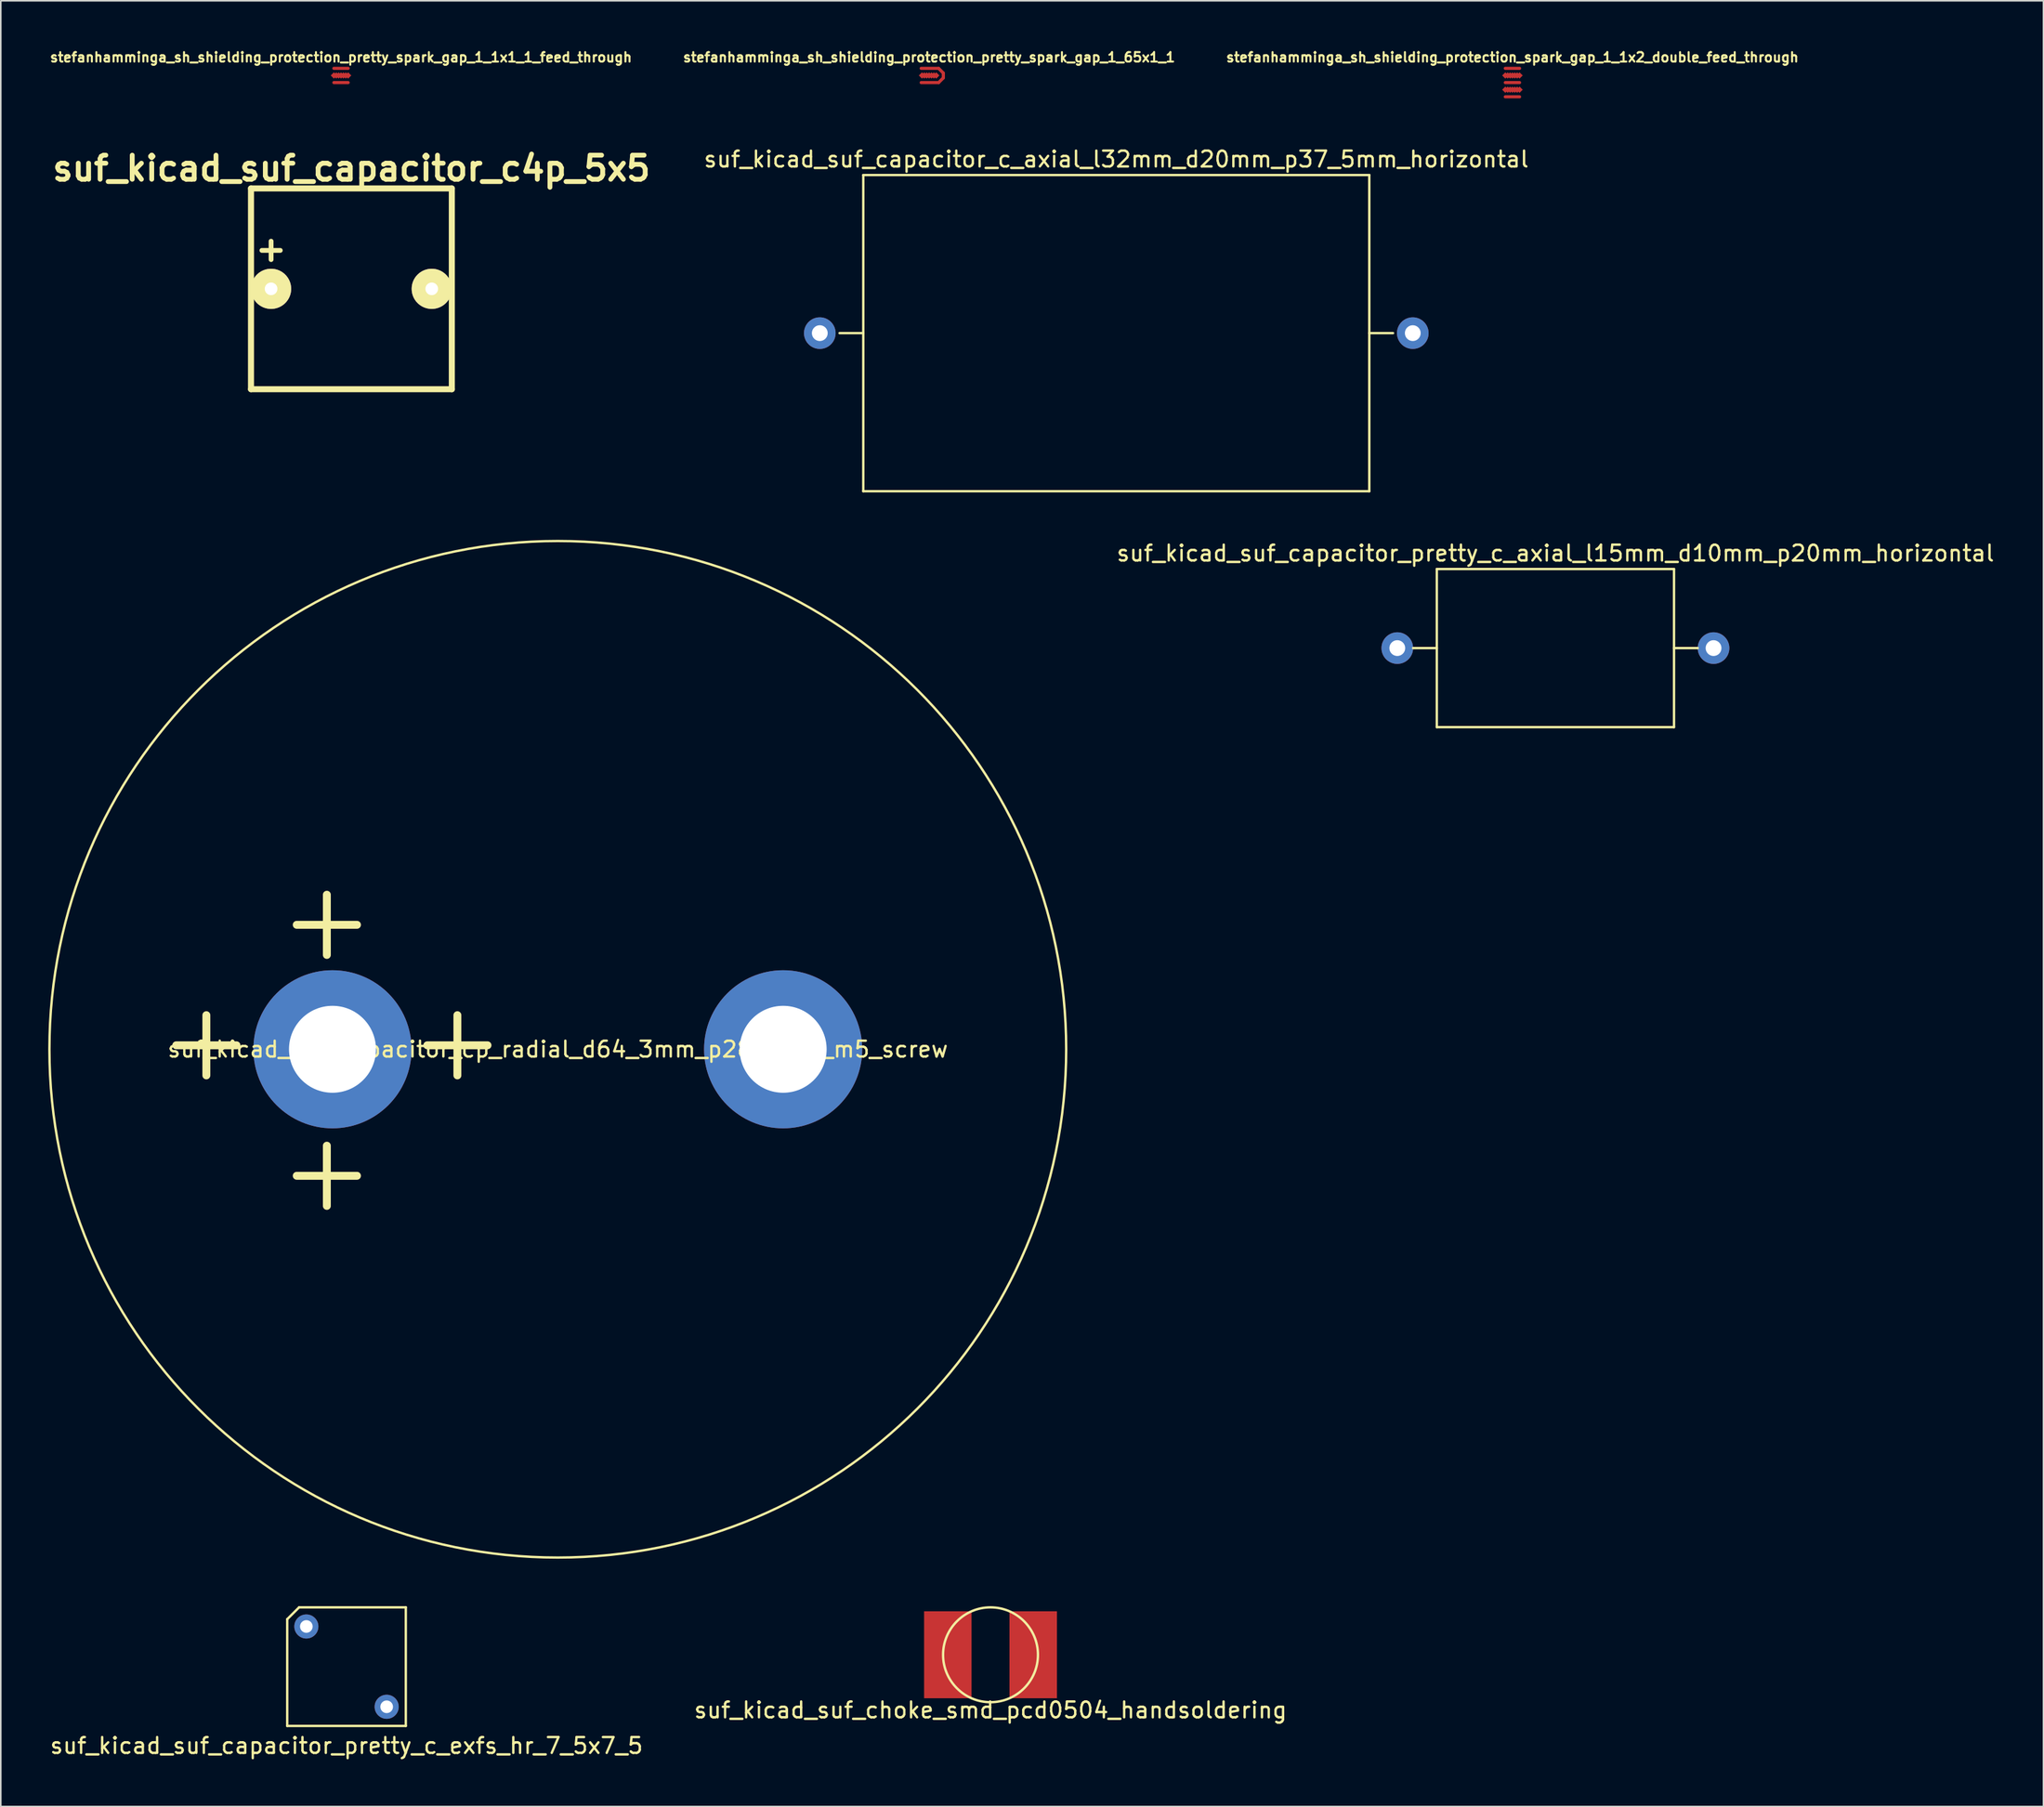
<source format=kicad_pcb>
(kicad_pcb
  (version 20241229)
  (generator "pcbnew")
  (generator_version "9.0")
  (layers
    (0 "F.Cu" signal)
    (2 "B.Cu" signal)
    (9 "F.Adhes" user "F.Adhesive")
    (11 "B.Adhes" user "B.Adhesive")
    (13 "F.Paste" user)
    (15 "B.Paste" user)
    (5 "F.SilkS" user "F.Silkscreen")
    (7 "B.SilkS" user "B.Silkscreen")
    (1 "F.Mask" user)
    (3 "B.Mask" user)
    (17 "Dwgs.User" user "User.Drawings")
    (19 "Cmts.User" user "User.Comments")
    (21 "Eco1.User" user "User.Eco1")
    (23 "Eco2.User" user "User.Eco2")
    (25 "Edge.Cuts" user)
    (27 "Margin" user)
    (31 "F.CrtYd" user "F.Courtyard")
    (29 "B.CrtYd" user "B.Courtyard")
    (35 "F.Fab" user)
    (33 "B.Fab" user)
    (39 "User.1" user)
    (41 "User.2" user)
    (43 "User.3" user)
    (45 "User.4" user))
  (footprint "suf_kicad_suf_capacitor_cp_radial_d64_3mm_p28_5mm_m5_screw"
    (layer "F.Cu")
    (at 32.225 63.322)
    (property "Reference" "suf_kicad_suf_capacitor_cp_radial_d64_3mm_p28_5mm_m5_screw" (at 0 0 0) (layer "F.SilkS") (effects (font (size 1 1) (thickness 0.15))))
    (attr through_hole)
    (fp_circle (center 0 0) (end 32.15 0) (stroke (width 0.15) (type solid)) (fill no) (layer "F.SilkS"))
    (fp_text user "+" (at -22.225 -0.635 0) (layer "F.SilkS") (effects (font (size 5 5) (thickness 0.5))))
    (fp_text user "+" (at -14.605 7.62 0) (layer "F.SilkS") (effects (font (size 5 5) (thickness 0.5))))
    (fp_text user "+" (at -6.35 -0.635 0) (layer "F.SilkS") (effects (font (size 5 5) (thickness 0.5))))
    (fp_text user "+" (at -14.605 -8.255 0) (layer "F.SilkS") (effects (font (size 5 5) (thickness 0.5))))
    (pad "1" thru_hole circle (at -14.25 0) (size 10 10) (drill 5.5) (layers "*.Cu" "*.Mask"))
    (pad "2" thru_hole circle (at 14.25 0) (size 10 10) (drill 5.5) (layers "*.Cu" "*.Mask")))
  (footprint "suf_kicad_suf_capacitor_pretty_c_axial_l15mm_d10mm_p20mm_horizontal"
    (layer "F.Cu")
    (at 95.313 37.945)
    (property "Reference" "suf_kicad_suf_capacitor_pretty_c_axial_l15mm_d10mm_p20mm_horizontal" (at 0 -6 0) (layer "F.SilkS") (effects (font (size 1 1) (thickness 0.15))))
    (attr through_hole)
    (fp_line (start -7.5 -5) (end -7.5 5) (stroke (width 0.15) (type solid)) (layer "F.SilkS"))
    (fp_line (start -7.5 0) (end -9 0) (stroke (width 0.15) (type solid)) (layer "F.SilkS"))
    (fp_line (start -7.5 5) (end 7.5 5) (stroke (width 0.15) (type solid)) (layer "F.SilkS"))
    (fp_line (start 7.5 -5) (end -7.5 -5) (stroke (width 0.15) (type solid)) (layer "F.SilkS"))
    (fp_line (start 7.5 5) (end 7.5 -5) (stroke (width 0.15) (type solid)) (layer "F.SilkS"))
    (fp_line (start 9 0) (end 7.5 0) (stroke (width 0.15) (type solid)) (layer "F.SilkS"))
    (pad "1" thru_hole circle (at -10 0) (size 2 2) (drill 1) (layers "*.Cu" "*.Mask"))
    (pad "2" thru_hole circle (at 10 0) (size 2 2) (drill 1) (layers "*.Cu" "*.Mask")))
  (footprint "suf_kicad_suf_choke_smd_pcd0504_handsoldering"
    (layer "F.Cu")
    (at 59.589 101.622)
    (property "Reference" "suf_kicad_suf_choke_smd_pcd0504_handsoldering" (at 0 3.5 0) (layer "F.SilkS") (effects (font (size 1 1) (thickness 0.15))))
    (attr through_hole)
    (fp_circle (center 0 0) (end -3 0) (stroke (width 0.15) (type solid)) (fill no) (layer "F.SilkS"))
    (pad "1" smd rect (at -2.7 0) (size 3 5.5) (layers "F.Cu" "F.Mask" "F.Paste"))
    (pad "2" smd rect (at 2.7 0) (size 3 5.5) (layers "F.Cu" "F.Mask" "F.Paste")))
  (footprint "suf_kicad_suf_capacitor_c4p_5x5"
    (layer "F.Cu")
    (at 19.173 15.22)
    (property "Reference" "suf_kicad_suf_capacitor_c4p_5x5" (at 0 -7.62 0) (layer "F.SilkS") (effects (font (size 1.524 1.524) (thickness 0.305))))
    (attr through_hole)
    (fp_line (start -6.35 -6.35) (end 6.35 -6.35) (stroke (width 0.381) (type solid)) (layer "F.SilkS"))
    (fp_line (start -6.35 6.35) (end -6.35 -6.35) (stroke (width 0.381) (type solid)) (layer "F.SilkS"))
    (fp_line (start 6.35 -6.35) (end 6.35 6.35) (stroke (width 0.381) (type solid)) (layer "F.SilkS"))
    (fp_line (start 6.35 6.35) (end -6.35 6.35) (stroke (width 0.381) (type solid)) (layer "F.SilkS"))
    (fp_text user "+" (at -5.08 -2.54 0) (layer "F.SilkS") (effects (font (size 1.524 1.524) (thickness 0.305))))
    (pad "1" thru_hole circle (at -5.08 0) (size 2.54 2.54) (drill 0.8) (layers "*.Cu" "*.Mask" "F.SilkS"))
    (pad "2" thru_hole circle (at 5.08 0) (size 2.54 2.54) (drill 0.8) (layers "*.Cu" "*.Mask" "F.SilkS")))
  (footprint "stefanhamminga_sh_shielding_protection_pretty_spark_gap_1_65x1_1"
    (layer "F.Cu")
    (at 55.706 1.724)
    (property "Reference" "stefanhamminga_sh_shielding_protection_pretty_spark_gap_1_65x1_1" (at 0 -1.15 0) (layer "F.SilkS") (effects (font (size 0.6 0.6) (thickness 0.127))))
    (attr exclude_from_pos_files exclude_from_bom)
    (pad "1" smd rect (at -0.45 0 45) (size 0.283 0.283) (layers "F.Cu" "F.Mask" "F.Paste"))
    (pad "1" smd rect (at -0.3 0 45) (size 0.283 0.283) (layers "F.Cu" "F.Mask" "F.Paste"))
    (pad "1" smd rect (at -0.15 0 45) (size 0.283 0.283) (layers "F.Cu" "F.Mask" "F.Paste"))
    (pad "1" smd rect (at 0 0 45) (size 0.283 0.283) (layers "F.Cu" "F.Mask" "F.Paste"))
    (pad "1" smd rect (at 0.15 0 45) (size 0.283 0.283) (layers "F.Cu" "F.Mask" "F.Paste"))
    (pad "1" smd rect (at 0.15 0) (size 0.8 0.2) (layers "F.Cu" "F.Mask"))
    (pad "1" smd rect (at 0.3 0 45) (size 0.283 0.283) (layers "F.Cu" "F.Mask" "F.Paste"))
    (pad "1" smd rect (at 0.45 0 45) (size 0.283 0.283) (layers "F.Cu" "F.Mask" "F.Paste"))
    (pad "2" smd oval (at 0.05 -0.45) (size 1.3 0.2) (layers "F.Cu" "F.Mask" "F.Paste"))
    (pad "2" smd oval (at 0.05 0.45) (size 1.3 0.2) (layers "F.Cu" "F.Mask" "F.Paste"))
    (pad "2" smd oval (at 0.75 -0.3 45) (size 0.2 0.6) (layers "F.Cu" "F.Mask" "F.Paste"))
    (pad "2" smd oval (at 0.75 0.3 135) (size 0.2 0.6) (layers "F.Cu" "F.Mask" "F.Paste"))
    (pad "2" smd oval (at 0.9 0) (size 0.2 0.5) (layers "F.Cu" "F.Mask" "F.Paste")))
  (footprint "suf_kicad_suf_capacitor_pretty_c_exfs_hr_7_5x7_5"
    (layer "F.Cu")
    (at 18.863 102.372)
    (property "Reference" "suf_kicad_suf_capacitor_pretty_c_exfs_hr_7_5x7_5" (at 0 5 0) (layer "F.SilkS") (effects (font (size 1 1) (thickness 0.15))))
    (attr through_hole)
    (fp_line (start -3.75 -3) (end -3.75 3.75) (stroke (width 0.15) (type solid)) (layer "F.SilkS"))
    (fp_line (start -3.75 3.75) (end 3.75 3.75) (stroke (width 0.15) (type solid)) (layer "F.SilkS"))
    (fp_line (start -3 -3.75) (end -3.75 -3) (stroke (width 0.15) (type solid)) (layer "F.SilkS"))
    (fp_line (start 3.75 -3.75) (end -3 -3.75) (stroke (width 0.15) (type solid)) (layer "F.SilkS"))
    (fp_line (start 3.75 3.75) (end 3.75 -3.75) (stroke (width 0.15) (type solid)) (layer "F.SilkS"))
    (pad "1" thru_hole circle (at 2.54 2.54) (size 1.524 1.524) (drill 0.8) (layers "*.Cu" "*.Mask"))
    (pad "2" thru_hole circle (at -2.54 -2.54) (size 1.524 1.524) (drill 0.8) (layers "*.Cu" "*.Mask")))
  (footprint "stefanhamminga_sh_shielding_protection_spark_gap_1_1x2_double_feed_through"
    (layer "F.Cu")
    (at 92.595 2.174)
    (property "Reference" "stefanhamminga_sh_shielding_protection_spark_gap_1_1x2_double_feed_through" (at 0 -1.6 0) (layer "F.SilkS") (effects (font (size 0.6 0.6) (thickness 0.127))))
    (attr exclude_from_pos_files exclude_from_bom)
    (pad "1" smd rect (at -0.45 0.45 45) (size 0.283 0.283) (layers "F.Cu" "F.Mask" "F.Paste"))
    (pad "1" smd rect (at -0.3 0.45 45) (size 0.283 0.283) (layers "F.Cu" "F.Mask" "F.Paste"))
    (pad "1" smd rect (at -0.15 0.45 45) (size 0.283 0.283) (layers "F.Cu" "F.Mask" "F.Paste"))
    (pad "1" smd rect (at 0 0.45 45) (size 0.283 0.283) (layers "F.Cu" "F.Mask" "F.Paste"))
    (pad "1" smd rect (at 0 0.45) (size 0.5 0.2) (layers "F.Cu" "F.Mask"))
    (pad "1" smd rect (at 0.15 0.45 45) (size 0.283 0.283) (layers "F.Cu" "F.Mask" "F.Paste"))
    (pad "1" smd rect (at 0.3 0.45 45) (size 0.283 0.283) (layers "F.Cu" "F.Mask" "F.Paste"))
    (pad "1" smd rect (at 0.45 0.45 45) (size 0.283 0.283) (layers "F.Cu" "F.Mask" "F.Paste"))
    (pad "2" smd rect (at -0.45 -0.45 45) (size 0.283 0.283) (layers "F.Cu" "F.Mask" "F.Paste"))
    (pad "2" smd rect (at -0.3 -0.45 45) (size 0.283 0.283) (layers "F.Cu" "F.Mask" "F.Paste"))
    (pad "2" smd rect (at -0.15 -0.45 45) (size 0.283 0.283) (layers "F.Cu" "F.Mask" "F.Paste"))
    (pad "2" smd rect (at 0 -0.45 45) (size 0.283 0.283) (layers "F.Cu" "F.Mask" "F.Paste"))
    (pad "2" smd rect (at 0 -0.45) (size 0.5 0.2) (layers "F.Cu" "F.Mask"))
    (pad "2" smd rect (at 0.15 -0.45 45) (size 0.283 0.283) (layers "F.Cu" "F.Mask" "F.Paste"))
    (pad "2" smd rect (at 0.3 -0.45 45) (size 0.283 0.283) (layers "F.Cu" "F.Mask" "F.Paste"))
    (pad "2" smd rect (at 0.45 -0.45 45) (size 0.283 0.283) (layers "F.Cu" "F.Mask" "F.Paste"))
    (pad "3" smd oval (at 0 -0.9) (size 1.1 0.2) (layers "F.Cu" "F.Mask" "F.Paste"))
    (pad "3" smd oval (at 0 0) (size 1.1 0.2) (layers "F.Cu" "F.Mask" "F.Paste"))
    (pad "3" smd oval (at 0 0.9) (size 1.1 0.2) (layers "F.Cu" "F.Mask" "F.Paste")))
  (footprint "suf_kicad_suf_capacitor_c_axial_l32mm_d20mm_p37_5mm_horizontal"
    (layer "F.Cu")
    (at 67.543 18.022)
    (property "Reference" "suf_kicad_suf_capacitor_c_axial_l32mm_d20mm_p37_5mm_horizontal" (at 0 -11 0) (layer "F.SilkS") (effects (font (size 1 1) (thickness 0.15))))
    (attr through_hole)
    (fp_line (start -16 -10) (end -16 10) (stroke (width 0.15) (type solid)) (layer "F.SilkS"))
    (fp_line (start -16 0) (end -17.5 0) (stroke (width 0.15) (type solid)) (layer "F.SilkS"))
    (fp_line (start -16 10) (end 16 10) (stroke (width 0.15) (type solid)) (layer "F.SilkS"))
    (fp_line (start 16 -10) (end -16 -10) (stroke (width 0.15) (type solid)) (layer "F.SilkS"))
    (fp_line (start 16 0) (end 17.5 0) (stroke (width 0.15) (type solid)) (layer "F.SilkS"))
    (fp_line (start 16 10) (end 16 -10) (stroke (width 0.15) (type solid)) (layer "F.SilkS"))
    (pad "1" thru_hole circle (at -18.75 0) (size 2 2) (drill 1) (layers "*.Cu" "*.Mask"))
    (pad "2" thru_hole circle (at 18.75 0) (size 2 2) (drill 1) (layers "*.Cu" "*.Mask")))
  (footprint "stefanhamminga_sh_shielding_protection_pretty_spark_gap_1_1x1_1_feed_through"
    (layer "F.Cu")
    (at 18.516 1.724)
    (property "Reference" "stefanhamminga_sh_shielding_protection_pretty_spark_gap_1_1x1_1_feed_through" (at 0 -1.15 0) (layer "F.SilkS") (effects (font (size 0.6 0.6) (thickness 0.127))))
    (attr exclude_from_pos_files exclude_from_bom)
    (pad "1" smd rect (at -0.45 0 45) (size 0.283 0.283) (layers "F.Cu" "F.Mask" "F.Paste"))
    (pad "1" smd rect (at -0.3 0 45) (size 0.283 0.283) (layers "F.Cu" "F.Mask" "F.Paste"))
    (pad "1" smd rect (at -0.15 0 45) (size 0.283 0.283) (layers "F.Cu" "F.Mask" "F.Paste"))
    (pad "1" smd rect (at 0 0 45) (size 0.283 0.283) (layers "F.Cu" "F.Mask" "F.Paste"))
    (pad "1" smd rect (at 0 0) (size 0.5 0.2) (layers "F.Cu" "F.Mask"))
    (pad "1" smd rect (at 0.15 0 45) (size 0.283 0.283) (layers "F.Cu" "F.Mask" "F.Paste"))
    (pad "1" smd rect (at 0.3 0 45) (size 0.283 0.283) (layers "F.Cu" "F.Mask" "F.Paste"))
    (pad "1" smd rect (at 0.45 0 45) (size 0.283 0.283) (layers "F.Cu" "F.Mask" "F.Paste"))
    (pad "2" smd oval (at 0 -0.45) (size 1.1 0.2) (layers "F.Cu" "F.Mask" "F.Paste"))
    (pad "2" smd oval (at 0 0.45) (size 1.1 0.2) (layers "F.Cu" "F.Mask" "F.Paste")))
  (gr_rect
    (start -3 -3)
    (end 126.176 111.22)
    (stroke (width 0.1) (type default))
    (fill no)
    (layer "Edge.Cuts")))
</source>
